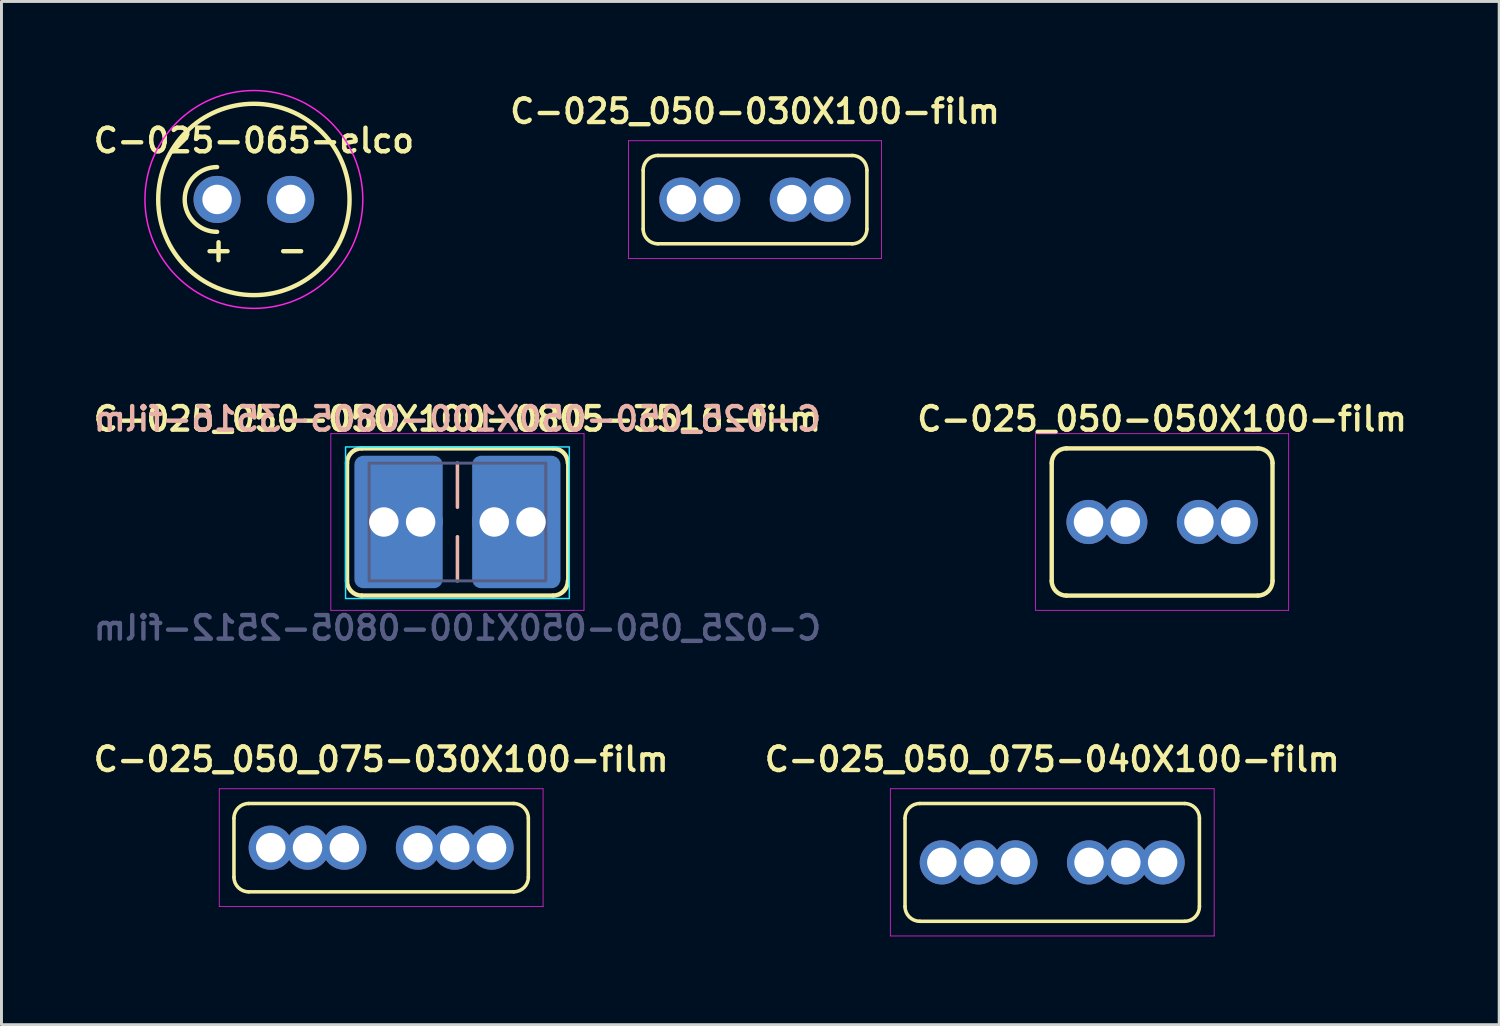
<source format=kicad_pcb>
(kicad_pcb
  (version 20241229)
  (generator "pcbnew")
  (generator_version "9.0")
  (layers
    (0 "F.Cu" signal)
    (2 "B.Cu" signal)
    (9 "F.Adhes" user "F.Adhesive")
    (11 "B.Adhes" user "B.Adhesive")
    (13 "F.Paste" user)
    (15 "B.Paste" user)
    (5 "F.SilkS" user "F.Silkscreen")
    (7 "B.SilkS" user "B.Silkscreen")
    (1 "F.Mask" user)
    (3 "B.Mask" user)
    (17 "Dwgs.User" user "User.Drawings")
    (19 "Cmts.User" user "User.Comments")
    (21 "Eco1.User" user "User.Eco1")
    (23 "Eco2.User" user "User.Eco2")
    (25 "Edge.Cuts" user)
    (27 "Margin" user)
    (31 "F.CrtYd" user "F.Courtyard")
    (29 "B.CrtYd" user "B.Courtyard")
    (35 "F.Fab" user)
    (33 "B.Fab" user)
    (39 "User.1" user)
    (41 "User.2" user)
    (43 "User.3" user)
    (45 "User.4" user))
  (footprint "C-025_050-050X100-film"
    (layer "F.Cu")
    (at 36.425 14.681)
    (property "Reference" "C-025_050-050X100-film" (at 0 -3.5 0) (layer "F.SilkS") (effects (font (size 0.8 0.8) (thickness 0.15))))
    (attr through_hole)
    (fp_line (start -3.75 -2) (end -3.75 2) (stroke (width 0.15) (type solid)) (layer "F.SilkS"))
    (fp_line (start -3.25 2.5) (end 3.25 2.5) (stroke (width 0.15) (type solid)) (layer "F.SilkS"))
    (fp_line (start 3.25 -2.5) (end -3.25 -2.5) (stroke (width 0.15) (type solid)) (layer "F.SilkS"))
    (fp_line (start 3.75 2) (end 3.75 -2) (stroke (width 0.15) (type solid)) (layer "F.SilkS"))
    (fp_arc (start -3.75 -2) (mid -3.603553 -2.353553) (end -3.25 -2.5) (stroke (width 0.15) (type solid)) (layer "F.SilkS"))
    (fp_arc (start -3.25 2.5) (mid -3.603553 2.353553) (end -3.75 2) (stroke (width 0.15) (type solid)) (layer "F.SilkS"))
    (fp_arc (start 3.25 -2.5) (mid 3.603553 -2.353553) (end 3.75 -2) (stroke (width 0.15) (type solid)) (layer "F.SilkS"))
    (fp_arc (start 3.75 2) (mid 3.603553 2.353553) (end 3.25 2.5) (stroke (width 0.15) (type solid)) (layer "F.SilkS"))
    (fp_line (start -4.3 -3) (end -4.3 3) (stroke (width 0.025) (type solid)) (layer "F.CrtYd"))
    (fp_line (start -4.3 3) (end 4.3 3) (stroke (width 0.025) (type solid)) (layer "F.CrtYd"))
    (fp_line (start 4.3 -3) (end -4.3 -3) (stroke (width 0.025) (type solid)) (layer "F.CrtYd"))
    (fp_line (start 4.3 3) (end 4.3 -3) (stroke (width 0.025) (type solid)) (layer "F.CrtYd"))
    (pad "1" thru_hole circle (at -2.5 0) (size 1.5 1.5) (drill 1) (layers "*.Cu" "*.Mask"))
    (pad "1" thru_hole circle (at -1.25 0) (size 1.5 1.5) (drill 1) (layers "*.Cu" "*.Mask"))
    (pad "2" thru_hole circle (at 1.25 0) (size 1.5 1.5) (drill 1) (layers "*.Cu" "*.Mask"))
    (pad "2" thru_hole circle (at 2.5 0) (size 1.5 1.5) (drill 1) (layers "*.Cu" "*.Mask")))
  (footprint "C-025_050_075-030X100-film"
    (layer "F.Cu")
    (at 9.897 25.744)
    (property "Reference" "C-025_050_075-030X100-film" (at 0 -3 0) (layer "F.SilkS") (effects (font (size 0.8 0.8) (thickness 0.15))))
    (attr through_hole)
    (fp_line (start -5 -1) (end -5 1) (stroke (width 0.12) (type solid)) (layer "F.SilkS"))
    (fp_line (start -4.5 1.5) (end 4.5 1.5) (stroke (width 0.12) (type solid)) (layer "F.SilkS"))
    (fp_line (start 4.5 -1.5) (end -4.5 -1.5) (stroke (width 0.12) (type solid)) (layer "F.SilkS"))
    (fp_line (start 5 1) (end 5 -1) (stroke (width 0.12) (type solid)) (layer "F.SilkS"))
    (fp_arc (start -5 -1) (mid -4.853553 -1.353553) (end -4.5 -1.5) (stroke (width 0.12) (type solid)) (layer "F.SilkS"))
    (fp_arc (start -4.5 1.5) (mid -4.853553 1.353553) (end -5 1) (stroke (width 0.12) (type solid)) (layer "F.SilkS"))
    (fp_arc (start 4.5 -1.5) (mid 4.853553 -1.353553) (end 5 -1) (stroke (width 0.12) (type solid)) (layer "F.SilkS"))
    (fp_arc (start 5 1) (mid 4.853553 1.353553) (end 4.5 1.5) (stroke (width 0.12) (type solid)) (layer "F.SilkS"))
    (fp_line (start -5.5 -2) (end -5.5 2) (stroke (width 0.025) (type solid)) (layer "F.CrtYd"))
    (fp_line (start -5.5 2) (end 5.5 2) (stroke (width 0.025) (type solid)) (layer "F.CrtYd"))
    (fp_line (start 5.5 -2) (end -5.5 -2) (stroke (width 0.025) (type solid)) (layer "F.CrtYd"))
    (fp_line (start 5.5 2) (end 5.5 -2) (stroke (width 0.025) (type solid)) (layer "F.CrtYd"))
    (pad "1" thru_hole circle (at -3.75 0) (size 1.5 1.5) (drill 1) (layers "*.Cu" "*.Mask"))
    (pad "1" thru_hole circle (at -2.5 0) (size 1.5 1.5) (drill 1) (layers "*.Cu" "*.Mask"))
    (pad "1" thru_hole circle (at -1.25 0) (size 1.5 1.5) (drill 1) (layers "*.Cu" "*.Mask"))
    (pad "2" thru_hole circle (at 1.25 0) (size 1.5 1.5) (drill 1) (layers "*.Cu" "*.Mask"))
    (pad "2" thru_hole circle (at 2.5 0) (size 1.5 1.5) (drill 1) (layers "*.Cu" "*.Mask"))
    (pad "2" thru_hole circle (at 3.75 0) (size 1.5 1.5) (drill 1) (layers "*.Cu" "*.Mask")))
  (footprint "C-025-065-elco"
    (layer "F.Cu")
    (at 5.574 3.725)
    (property "Reference" "C-025-065-elco" (at 0 -2 0) (unlocked yes) (layer "F.SilkS") (effects (font (size 0.8 0.8) (thickness 0.15))))
    (attr through_hole)
    (fp_arc (start -1.25 1.1) (mid -2.35 0) (end -1.25 -1.1) (stroke (width 0.15) (type default)) (layer "F.SilkS"))
    (fp_circle (center 0 0) (end 3.25 0) (stroke (width 0.15) (type solid)) (fill no) (layer "F.SilkS"))
    (fp_circle (center 0 0) (end 3.7 0) (stroke (width 0.05) (type solid)) (fill no) (layer "F.CrtYd"))
    (fp_text user "-" (at 1.3 1.7 0) (unlocked yes) (layer "F.SilkS") (effects (font (size 0.8 0.8) (thickness 0.15))))
    (fp_text user "+" (at -1.2 1.7 0) (unlocked yes) (layer "F.SilkS") (effects (font (size 0.8 0.8) (thickness 0.15))))
    (pad "1" thru_hole circle (at -1.25 0) (size 1.6 1.6) (drill 1) (layers "*.Cu" "*.Mask"))
    (pad "2" thru_hole circle (at 1.25 0) (size 1.6 1.6) (drill 1) (layers "*.Cu" "*.Mask")))
  (footprint "C-025_050-050X100-0805-3516-film"
    (layer "F.Cu")
    (at 12.488 14.681)
    (property "Reference" "C-025_050-050X100-0805-3516-film" (at 0 -3.5 0) (layer "F.SilkS") (effects (font (size 0.8 0.8) (thickness 0.15))))
    (property "Value" "C-025_050-050X100-0805-2512-film" (at 0 3.5 0) (layer "F.Fab") (hide yes) (effects (font (size 0.8 0.8) (thickness 0.15))))
    (attr through_hole)
    (fp_line (start -3.75 -2) (end -3.75 2) (stroke (width 0.15) (type solid)) (layer "F.SilkS"))
    (fp_line (start -3.25 2.5) (end 3.25 2.5) (stroke (width 0.15) (type solid)) (layer "F.SilkS"))
    (fp_line (start 3.25 -2.5) (end -3.25 -2.5) (stroke (width 0.15) (type solid)) (layer "F.SilkS"))
    (fp_line (start 3.75 2) (end 3.75 -2) (stroke (width 0.12) (type solid)) (layer "F.SilkS"))
    (fp_arc (start -3.75 -2) (mid -3.603553 -2.353553) (end -3.25 -2.5) (stroke (width 0.15) (type solid)) (layer "F.SilkS"))
    (fp_arc (start -3.25 2.5) (mid -3.603553 2.353553) (end -3.75 2) (stroke (width 0.15) (type solid)) (layer "F.SilkS"))
    (fp_arc (start 3.25 -2.5) (mid 3.603553 -2.353553) (end 3.75 -2) (stroke (width 0.15) (type solid)) (layer "F.SilkS"))
    (fp_arc (start 3.75 2) (mid 3.603553 2.353553) (end 3.25 2.5) (stroke (width 0.15) (type solid)) (layer "F.SilkS"))
    (fp_line (start 0 -2) (end 0 -0.5) (stroke (width 0.12) (type solid)) (layer "B.SilkS"))
    (fp_line (start 0 2) (end 0 0.5) (stroke (width 0.12) (type solid)) (layer "B.SilkS"))
    (fp_rect (start -3.8 -2.55) (end 3.8 2.6) (stroke (width 0.05) (type solid)) (fill no) (layer "B.CrtYd"))
    (fp_line (start -4.3 -3) (end -4.3 3) (stroke (width 0.025) (type solid)) (layer "F.CrtYd"))
    (fp_line (start -4.3 3) (end 4.3 3) (stroke (width 0.025) (type solid)) (layer "F.CrtYd"))
    (fp_line (start 4.3 -3) (end -4.3 -3) (stroke (width 0.025) (type solid)) (layer "F.CrtYd"))
    (fp_line (start 4.3 3) (end 4.3 -3) (stroke (width 0.025) (type solid)) (layer "F.CrtYd"))
    (fp_rect (start -3 -2) (end 3 2) (stroke (width 0.1) (type solid)) (fill no) (layer "B.Fab"))
    (fp_text user "${REFERENCE}" (at 0 -3.5 0) (layer "B.SilkS") (effects (font (size 0.8 0.8) (thickness 0.15)) (justify mirror)))
    (fp_text user "${VALUE}" (at 0 3.6 0) (layer "B.Fab") (effects (font (size 0.8 0.8) (thickness 0.15)) (justify mirror)))
    (pad "1" thru_hole circle (at -2.5 0) (size 1.5 1.5) (drill 1) (layers "*.Cu" "*.Mask"))
    (pad "1" smd roundrect (at -2 0) (size 3 4.5) (layers "B.Cu" "B.Mask" "B.Paste") (roundrect_rratio 0.1))
    (pad "1" thru_hole circle (at -1.25 0) (size 1.5 1.5) (drill 1) (layers "*.Cu" "*.Mask"))
    (pad "2" thru_hole circle (at 1.25 0) (size 1.5 1.5) (drill 1) (layers "*.Cu" "*.Mask"))
    (pad "2" smd roundrect (at 2 0) (size 3 4.5) (layers "B.Cu" "B.Mask" "B.Paste") (roundrect_rratio 0.1))
    (pad "2" thru_hole circle (at 2.5 0) (size 1.5 1.5) (drill 1) (layers "*.Cu" "*.Mask")))
  (footprint "C-025_050_075-040X100-film"
    (layer "F.Cu")
    (at 32.692 26.244)
    (property "Reference" "C-025_050_075-040X100-film" (at 0 -3.5 0) (layer "F.SilkS") (effects (font (size 0.8 0.8) (thickness 0.15))))
    (attr through_hole)
    (fp_line (start -5 -1.5) (end -5 1.5) (stroke (width 0.12) (type solid)) (layer "F.SilkS"))
    (fp_line (start -4.5 2) (end 4.5 2) (stroke (width 0.12) (type solid)) (layer "F.SilkS"))
    (fp_line (start 4.5 -2) (end -4.5 -2) (stroke (width 0.12) (type solid)) (layer "F.SilkS"))
    (fp_line (start 5 1.5) (end 5 -1.5) (stroke (width 0.12) (type solid)) (layer "F.SilkS"))
    (fp_arc (start -5 -1.5) (mid -4.853553 -1.853553) (end -4.5 -2) (stroke (width 0.12) (type solid)) (layer "F.SilkS"))
    (fp_arc (start -4.5 2) (mid -4.853553 1.853553) (end -5 1.5) (stroke (width 0.12) (type solid)) (layer "F.SilkS"))
    (fp_arc (start 4.5 -2) (mid 4.853553 -1.853553) (end 5 -1.5) (stroke (width 0.12) (type solid)) (layer "F.SilkS"))
    (fp_arc (start 5 1.5) (mid 4.853553 1.853553) (end 4.5 2) (stroke (width 0.12) (type solid)) (layer "F.SilkS"))
    (fp_line (start -5.5 -2.5) (end -5.5 2.5) (stroke (width 0.025) (type solid)) (layer "F.CrtYd"))
    (fp_line (start -5.5 2.5) (end 5.5 2.5) (stroke (width 0.025) (type solid)) (layer "F.CrtYd"))
    (fp_line (start 5.5 -2.5) (end -5.5 -2.5) (stroke (width 0.025) (type solid)) (layer "F.CrtYd"))
    (fp_line (start 5.5 2.5) (end 5.5 -2.5) (stroke (width 0.025) (type solid)) (layer "F.CrtYd"))
    (pad "1" thru_hole circle (at -3.75 0) (size 1.5 1.5) (drill 1) (layers "*.Cu" "*.Mask"))
    (pad "1" thru_hole circle (at -2.5 0) (size 1.5 1.5) (drill 1) (layers "*.Cu" "*.Mask"))
    (pad "1" thru_hole circle (at -1.25 0) (size 1.5 1.5) (drill 1) (layers "*.Cu" "*.Mask"))
    (pad "2" thru_hole circle (at 1.25 0) (size 1.5 1.5) (drill 1) (layers "*.Cu" "*.Mask"))
    (pad "2" thru_hole circle (at 2.5 0) (size 1.5 1.5) (drill 1) (layers "*.Cu" "*.Mask"))
    (pad "2" thru_hole circle (at 3.75 0) (size 1.5 1.5) (drill 1) (layers "*.Cu" "*.Mask")))
  (footprint "C-025_050-030X100-film"
    (layer "F.Cu")
    (at 22.597 3.731)
    (property "Reference" "C-025_050-030X100-film" (at 0 -3 0) (layer "F.SilkS") (effects (font (size 0.8 0.8) (thickness 0.15))))
    (attr through_hole)
    (fp_line (start -3.8 -1) (end -3.8 1) (stroke (width 0.12) (type solid)) (layer "F.SilkS"))
    (fp_line (start -3.3 1.5) (end 3.3 1.5) (stroke (width 0.12) (type solid)) (layer "F.SilkS"))
    (fp_line (start 3.3 -1.5) (end -3.3 -1.5) (stroke (width 0.12) (type solid)) (layer "F.SilkS"))
    (fp_line (start 3.8 1) (end 3.8 -1) (stroke (width 0.12) (type solid)) (layer "F.SilkS"))
    (fp_arc (start -3.8 -1) (mid -3.653553 -1.353553) (end -3.3 -1.5) (stroke (width 0.12) (type solid)) (layer "F.SilkS"))
    (fp_arc (start -3.3 1.5) (mid -3.653553 1.353553) (end -3.8 1) (stroke (width 0.12) (type solid)) (layer "F.SilkS"))
    (fp_arc (start 3.3 -1.5) (mid 3.653553 -1.353553) (end 3.8 -1) (stroke (width 0.12) (type solid)) (layer "F.SilkS"))
    (fp_arc (start 3.8 1) (mid 3.653553 1.353553) (end 3.3 1.5) (stroke (width 0.12) (type solid)) (layer "F.SilkS"))
    (fp_line (start -4.3 -2) (end -4.3 2) (stroke (width 0.025) (type solid)) (layer "F.CrtYd"))
    (fp_line (start -4.3 2) (end 4.3 2) (stroke (width 0.025) (type solid)) (layer "F.CrtYd"))
    (fp_line (start 4.3 -2) (end -4.3 -2) (stroke (width 0.025) (type solid)) (layer "F.CrtYd"))
    (fp_line (start 4.3 2) (end 4.3 -2) (stroke (width 0.025) (type solid)) (layer "F.CrtYd"))
    (pad "1" thru_hole circle (at -2.5 0) (size 1.5 1.5) (drill 1) (layers "*.Cu" "*.Mask"))
    (pad "1" thru_hole circle (at -1.25 0) (size 1.5 1.5) (drill 1) (layers "*.Cu" "*.Mask"))
    (pad "2" thru_hole circle (at 1.25 0) (size 1.5 1.5) (drill 1) (layers "*.Cu" "*.Mask"))
    (pad "2" thru_hole circle (at 2.5 0) (size 1.5 1.5) (drill 1) (layers "*.Cu" "*.Mask")))
  (gr_rect
    (start -3 -3)
    (end 47.875 31.756)
    (stroke (width 0.1) (type default))
    (fill no)
    (layer "Edge.Cuts")))
</source>
